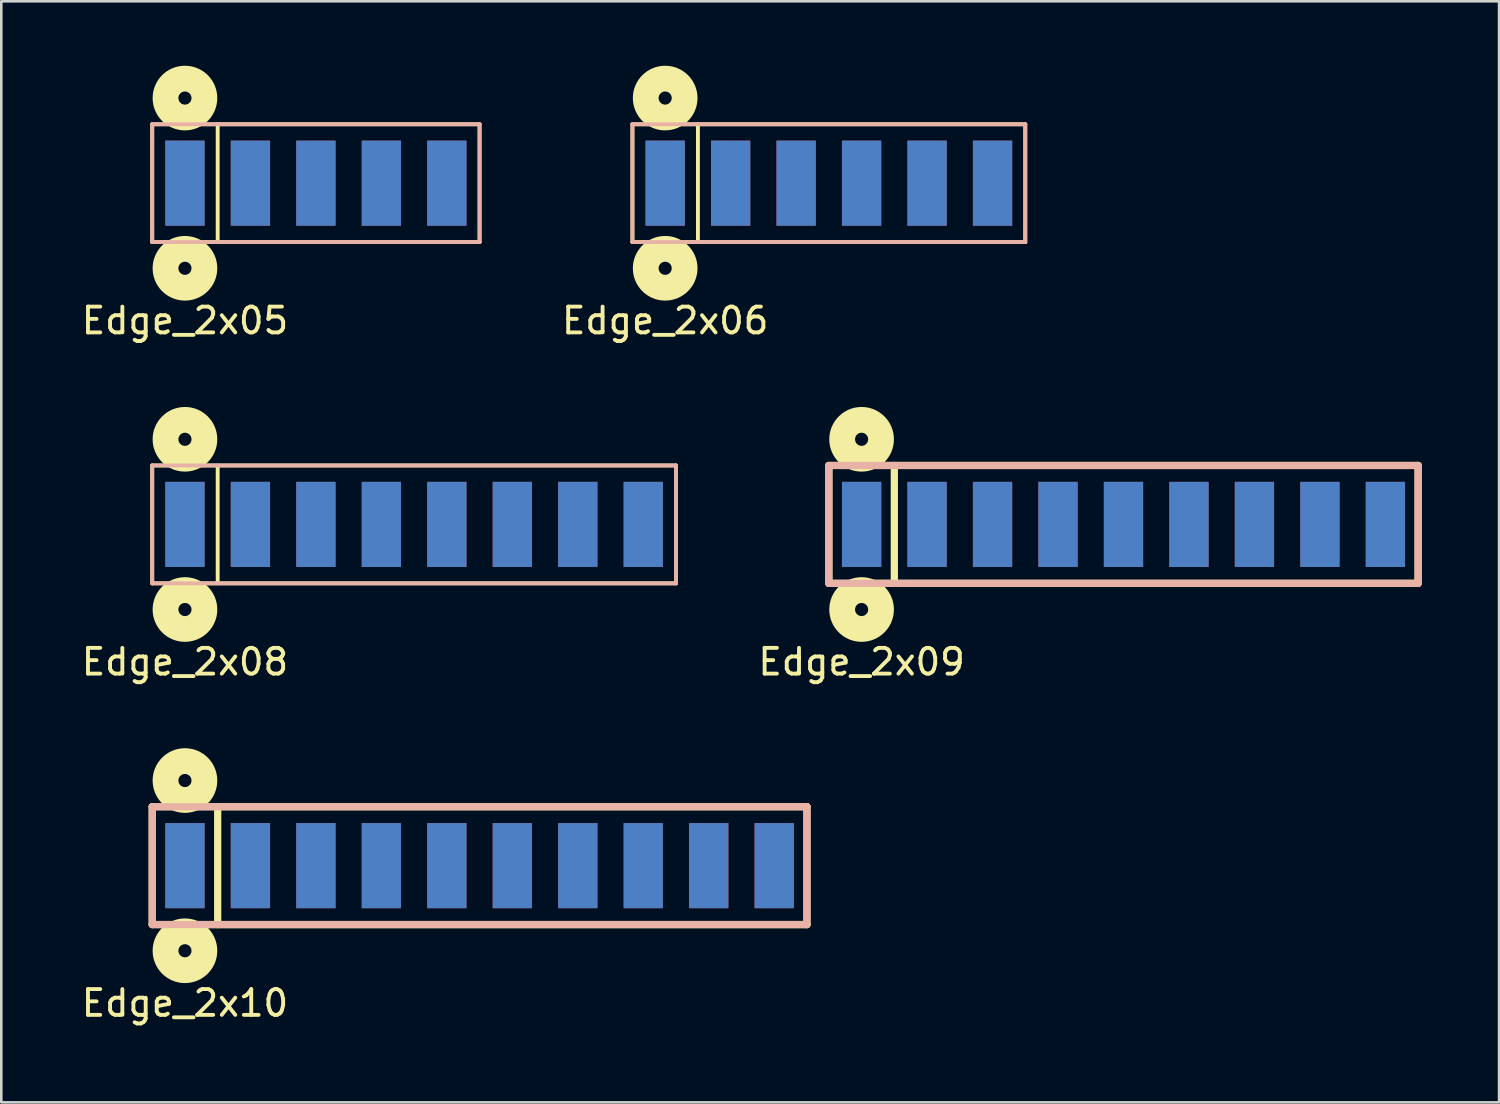
<source format=kicad_pcb>
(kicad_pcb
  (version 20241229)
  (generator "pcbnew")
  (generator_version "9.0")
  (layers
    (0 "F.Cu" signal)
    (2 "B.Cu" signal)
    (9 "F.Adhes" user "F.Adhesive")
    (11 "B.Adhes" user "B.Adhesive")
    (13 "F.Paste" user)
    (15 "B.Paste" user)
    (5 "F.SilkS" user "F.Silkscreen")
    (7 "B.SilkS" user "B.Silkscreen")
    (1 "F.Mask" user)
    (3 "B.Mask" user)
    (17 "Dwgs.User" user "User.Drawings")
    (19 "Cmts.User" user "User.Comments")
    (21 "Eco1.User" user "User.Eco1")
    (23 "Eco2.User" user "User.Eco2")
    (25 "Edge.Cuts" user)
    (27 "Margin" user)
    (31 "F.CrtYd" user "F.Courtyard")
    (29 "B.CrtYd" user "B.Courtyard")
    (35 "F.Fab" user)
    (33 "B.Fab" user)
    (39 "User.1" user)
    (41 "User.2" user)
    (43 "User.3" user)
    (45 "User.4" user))
  (footprint "Edge_2x05"
    (layer "F.Cu")
    (at 4.125 4.056)
    (property "Reference" "Edge_2x05" (at 0 5.334 0) (layer "F.SilkS") (effects (font (size 1 1) (thickness 0.15))))
    (attr through_hole)
    (fp_line (start -1.27 -2.286) (end -1.27 2.286) (stroke (width 0.15) (type solid)) (layer "F.SilkS"))
    (fp_line (start -1.27 2.286) (end 11.43 2.286) (stroke (width 0.15) (type solid)) (layer "F.SilkS"))
    (fp_line (start 1.27 2.286) (end 1.27 -2.286) (stroke (width 0.15) (type solid)) (layer "F.SilkS"))
    (fp_line (start 11.43 -2.286) (end -1.27 -2.286) (stroke (width 0.15) (type solid)) (layer "F.SilkS"))
    (fp_line (start 11.43 2.286) (end 11.43 -2.286) (stroke (width 0.15) (type solid)) (layer "F.SilkS"))
    (fp_circle (center 0 -3.302) (end 0.254 -3.302) (stroke (width 1) (type solid)) (fill no) (layer "F.SilkS"))
    (fp_circle (center 0 3.302) (end 0.254 3.302) (stroke (width 1) (type solid)) (fill no) (layer "F.SilkS"))
    (fp_line (start -1.27 -2.286) (end -1.27 2.286) (stroke (width 0.15) (type solid)) (layer "B.SilkS"))
    (fp_line (start -1.27 2.286) (end 11.43 2.286) (stroke (width 0.15) (type solid)) (layer "B.SilkS"))
    (fp_line (start 11.43 -2.286) (end -1.27 -2.286) (stroke (width 0.15) (type solid)) (layer "B.SilkS"))
    (fp_line (start 11.43 2.286) (end 11.43 -2.286) (stroke (width 0.15) (type solid)) (layer "B.SilkS"))
    (pad "1" smd rect (at 0 0) (size 1.524 3.302) (layers "F.Cu" "F.Mask" "F.Paste"))
    (pad "2" smd rect (at 0 0) (size 1.524 3.302) (layers "B.Cu" "B.Mask" "B.Paste"))
    (pad "3" smd rect (at 2.54 0) (size 1.524 3.302) (layers "F.Cu" "F.Mask" "F.Paste"))
    (pad "4" smd rect (at 2.54 0) (size 1.524 3.302) (layers "B.Cu" "B.Mask" "B.Paste"))
    (pad "5" smd rect (at 5.08 0) (size 1.524 3.302) (layers "F.Cu" "F.Mask" "F.Paste"))
    (pad "6" smd rect (at 5.08 0) (size 1.524 3.302) (layers "B.Cu" "B.Mask" "B.Paste"))
    (pad "7" smd rect (at 7.62 0) (size 1.524 3.302) (layers "F.Cu" "F.Mask" "F.Paste"))
    (pad "8" smd rect (at 7.62 0) (size 1.524 3.302) (layers "B.Cu" "B.Mask" "B.Paste"))
    (pad "9" smd rect (at 10.16 0) (size 1.524 3.302) (layers "F.Cu" "F.Mask" "F.Paste"))
    (pad "10" smd rect (at 10.16 0) (size 1.524 3.302) (layers "B.Cu" "B.Mask" "B.Paste")))
  (footprint "Edge_2x09"
    (layer "F.Cu")
    (at 30.375 17.294)
    (property "Reference" "Edge_2x09" (at 0 5.334 0) (layer "F.SilkS") (effects (font (size 1 1) (thickness 0.15))))
    (attr through_hole)
    (fp_line (start -1.27 -2.286) (end -1.27 2.286) (stroke (width 0.28) (type solid)) (layer "F.SilkS"))
    (fp_line (start -1.27 2.286) (end 21.59 2.286) (stroke (width 0.28) (type solid)) (layer "F.SilkS"))
    (fp_line (start 1.27 2.286) (end 1.27 -2.286) (stroke (width 0.28) (type solid)) (layer "F.SilkS"))
    (fp_line (start 21.59 -2.286) (end -1.27 -2.286) (stroke (width 0.28) (type solid)) (layer "F.SilkS"))
    (fp_line (start 21.59 2.286) (end 21.59 -2.286) (stroke (width 0.28) (type solid)) (layer "F.SilkS"))
    (fp_circle (center 0 -3.302) (end 0.254 -3.302) (stroke (width 1) (type solid)) (fill no) (layer "F.SilkS"))
    (fp_circle (center 0 3.302) (end 0.254 3.302) (stroke (width 1) (type solid)) (fill no) (layer "F.SilkS"))
    (fp_line (start -1.27 -2.286) (end -1.27 2.286) (stroke (width 0.28) (type solid)) (layer "B.SilkS"))
    (fp_line (start -1.27 2.286) (end 21.59 2.286) (stroke (width 0.28) (type solid)) (layer "B.SilkS"))
    (fp_line (start 21.59 -2.286) (end -1.27 -2.286) (stroke (width 0.28) (type solid)) (layer "B.SilkS"))
    (fp_line (start 21.59 2.286) (end 21.59 -2.286) (stroke (width 0.28) (type solid)) (layer "B.SilkS"))
    (pad "1" smd rect (at 0 0) (size 1.524 3.302) (layers "F.Cu" "F.Mask" "F.Paste"))
    (pad "2" smd rect (at 0 0) (size 1.524 3.302) (layers "B.Cu" "B.Mask" "B.Paste"))
    (pad "3" smd rect (at 2.54 0) (size 1.524 3.302) (layers "F.Cu" "F.Mask" "F.Paste"))
    (pad "4" smd rect (at 2.54 0) (size 1.524 3.302) (layers "B.Cu" "B.Mask" "B.Paste"))
    (pad "5" smd rect (at 5.08 0) (size 1.524 3.302) (layers "F.Cu" "F.Mask" "F.Paste"))
    (pad "6" smd rect (at 5.08 0) (size 1.524 3.302) (layers "B.Cu" "B.Mask" "B.Paste"))
    (pad "7" smd rect (at 7.62 0) (size 1.524 3.302) (layers "F.Cu" "F.Mask" "F.Paste"))
    (pad "8" smd rect (at 7.62 0) (size 1.524 3.302) (layers "B.Cu" "B.Mask" "B.Paste"))
    (pad "9" smd rect (at 10.16 0) (size 1.524 3.302) (layers "F.Cu" "F.Mask" "F.Paste"))
    (pad "10" smd rect (at 10.16 0) (size 1.524 3.302) (layers "B.Cu" "B.Mask" "B.Paste"))
    (pad "11" smd rect (at 12.7 0) (size 1.524 3.302) (layers "F.Cu" "F.Mask" "F.Paste"))
    (pad "12" smd rect (at 12.7 0) (size 1.524 3.302) (layers "B.Cu" "B.Mask" "B.Paste"))
    (pad "13" smd rect (at 15.24 0) (size 1.524 3.302) (layers "F.Cu" "F.Mask" "F.Paste"))
    (pad "14" smd rect (at 15.24 0) (size 1.524 3.302) (layers "B.Cu" "B.Mask" "B.Paste"))
    (pad "15" smd rect (at 17.78 0) (size 1.524 3.302) (layers "F.Cu" "F.Mask" "F.Paste"))
    (pad "16" smd rect (at 17.78 0) (size 1.524 3.302) (layers "B.Cu" "B.Mask" "B.Paste"))
    (pad "17" smd rect (at 20.32 0) (size 1.524 3.302) (layers "F.Cu" "F.Mask" "F.Paste"))
    (pad "18" smd rect (at 20.32 0) (size 1.524 3.302) (layers "B.Cu" "B.Mask" "B.Paste")))
  (footprint "Edge_2x10"
    (layer "F.Cu")
    (at 4.125 30.532)
    (property "Reference" "Edge_2x10" (at 0 5.334 0) (layer "F.SilkS") (effects (font (size 1 1) (thickness 0.15))))
    (attr through_hole)
    (fp_line (start -1.27 -2.286) (end -1.27 2.286) (stroke (width 0.28) (type solid)) (layer "F.SilkS"))
    (fp_line (start -1.27 2.286) (end 24.13 2.286) (stroke (width 0.28) (type solid)) (layer "F.SilkS"))
    (fp_line (start 1.27 2.286) (end 1.27 -2.286) (stroke (width 0.28) (type solid)) (layer "F.SilkS"))
    (fp_line (start 24.13 -2.286) (end -1.27 -2.286) (stroke (width 0.28) (type solid)) (layer "F.SilkS"))
    (fp_line (start 24.13 2.286) (end 24.13 -2.286) (stroke (width 0.28) (type solid)) (layer "F.SilkS"))
    (fp_circle (center 0 -3.302) (end 0.254 -3.302) (stroke (width 1) (type solid)) (fill no) (layer "F.SilkS"))
    (fp_circle (center 0 3.302) (end 0.254 3.302) (stroke (width 1) (type solid)) (fill no) (layer "F.SilkS"))
    (fp_line (start -1.27 -2.286) (end -1.27 2.286) (stroke (width 0.28) (type solid)) (layer "B.SilkS"))
    (fp_line (start -1.27 2.286) (end 24.13 2.286) (stroke (width 0.28) (type solid)) (layer "B.SilkS"))
    (fp_line (start 24.13 -2.286) (end -1.27 -2.286) (stroke (width 0.28) (type solid)) (layer "B.SilkS"))
    (fp_line (start 24.13 2.286) (end 24.13 -2.286) (stroke (width 0.28) (type solid)) (layer "B.SilkS"))
    (pad "1" smd rect (at 0 0) (size 1.524 3.302) (layers "F.Cu" "F.Mask" "F.Paste"))
    (pad "2" smd rect (at 0 0) (size 1.524 3.302) (layers "B.Cu" "B.Mask" "B.Paste"))
    (pad "3" smd rect (at 2.54 0) (size 1.524 3.302) (layers "F.Cu" "F.Mask" "F.Paste"))
    (pad "4" smd rect (at 2.54 0) (size 1.524 3.302) (layers "B.Cu" "B.Mask" "B.Paste"))
    (pad "5" smd rect (at 5.08 0) (size 1.524 3.302) (layers "F.Cu" "F.Mask" "F.Paste"))
    (pad "6" smd rect (at 5.08 0) (size 1.524 3.302) (layers "B.Cu" "B.Mask" "B.Paste"))
    (pad "7" smd rect (at 7.62 0) (size 1.524 3.302) (layers "F.Cu" "F.Mask" "F.Paste"))
    (pad "8" smd rect (at 7.62 0) (size 1.524 3.302) (layers "B.Cu" "B.Mask" "B.Paste"))
    (pad "9" smd rect (at 10.16 0) (size 1.524 3.302) (layers "F.Cu" "F.Mask" "F.Paste"))
    (pad "10" smd rect (at 10.16 0) (size 1.524 3.302) (layers "B.Cu" "B.Mask" "B.Paste"))
    (pad "11" smd rect (at 12.7 0) (size 1.524 3.302) (layers "F.Cu" "F.Mask" "F.Paste"))
    (pad "12" smd rect (at 12.7 0) (size 1.524 3.302) (layers "B.Cu" "B.Mask" "B.Paste"))
    (pad "13" smd rect (at 15.24 0) (size 1.524 3.302) (layers "F.Cu" "F.Mask" "F.Paste"))
    (pad "14" smd rect (at 15.24 0) (size 1.524 3.302) (layers "B.Cu" "B.Mask" "B.Paste"))
    (pad "15" smd rect (at 17.78 0) (size 1.524 3.302) (layers "F.Cu" "F.Mask" "F.Paste"))
    (pad "16" smd rect (at 17.78 0) (size 1.524 3.302) (layers "B.Cu" "B.Mask" "B.Paste"))
    (pad "17" smd rect (at 20.32 0) (size 1.524 3.302) (layers "F.Cu" "F.Mask" "F.Paste"))
    (pad "18" smd rect (at 20.32 0) (size 1.524 3.302) (layers "B.Cu" "B.Mask" "B.Paste"))
    (pad "19" smd rect (at 22.86 0) (size 1.524 3.302) (layers "F.Cu" "F.Mask" "F.Paste"))
    (pad "20" smd rect (at 22.86 0) (size 1.524 3.302) (layers "B.Cu" "B.Mask" "B.Paste")))
  (footprint "Edge_2x08"
    (layer "F.Cu")
    (at 4.125 17.294)
    (property "Reference" "Edge_2x08" (at 0 5.334 0) (layer "F.SilkS") (effects (font (size 1 1) (thickness 0.15))))
    (attr through_hole)
    (fp_line (start -1.27 -2.286) (end -1.27 2.286) (stroke (width 0.15) (type solid)) (layer "F.SilkS"))
    (fp_line (start -1.27 2.286) (end 19.05 2.286) (stroke (width 0.15) (type solid)) (layer "F.SilkS"))
    (fp_line (start 1.27 2.286) (end 1.27 -2.286) (stroke (width 0.15) (type solid)) (layer "F.SilkS"))
    (fp_line (start 19.05 -2.286) (end -1.27 -2.286) (stroke (width 0.15) (type solid)) (layer "F.SilkS"))
    (fp_line (start 19.05 2.286) (end 19.05 -2.286) (stroke (width 0.15) (type solid)) (layer "F.SilkS"))
    (fp_circle (center 0 -3.302) (end 0.254 -3.302) (stroke (width 1) (type solid)) (fill no) (layer "F.SilkS"))
    (fp_circle (center 0 3.302) (end 0.254 3.302) (stroke (width 1) (type solid)) (fill no) (layer "F.SilkS"))
    (fp_line (start -1.27 -2.286) (end -1.27 2.286) (stroke (width 0.15) (type solid)) (layer "B.SilkS"))
    (fp_line (start -1.27 2.286) (end 19.05 2.286) (stroke (width 0.15) (type solid)) (layer "B.SilkS"))
    (fp_line (start 19.05 -2.286) (end -1.27 -2.286) (stroke (width 0.15) (type solid)) (layer "B.SilkS"))
    (fp_line (start 19.05 2.286) (end 19.05 -2.286) (stroke (width 0.15) (type solid)) (layer "B.SilkS"))
    (pad "1" smd rect (at 0 0) (size 1.524 3.302) (layers "F.Cu" "F.Mask" "F.Paste"))
    (pad "2" smd rect (at 0 0) (size 1.524 3.302) (layers "B.Cu" "B.Mask" "B.Paste"))
    (pad "3" smd rect (at 2.54 0) (size 1.524 3.302) (layers "F.Cu" "F.Mask" "F.Paste"))
    (pad "4" smd rect (at 2.54 0) (size 1.524 3.302) (layers "B.Cu" "B.Mask" "B.Paste"))
    (pad "5" smd rect (at 5.08 0) (size 1.524 3.302) (layers "F.Cu" "F.Mask" "F.Paste"))
    (pad "6" smd rect (at 5.08 0) (size 1.524 3.302) (layers "B.Cu" "B.Mask" "B.Paste"))
    (pad "7" smd rect (at 7.62 0) (size 1.524 3.302) (layers "F.Cu" "F.Mask" "F.Paste"))
    (pad "8" smd rect (at 7.62 0) (size 1.524 3.302) (layers "B.Cu" "B.Mask" "B.Paste"))
    (pad "9" smd rect (at 10.16 0) (size 1.524 3.302) (layers "F.Cu" "F.Mask" "F.Paste"))
    (pad "10" smd rect (at 10.16 0) (size 1.524 3.302) (layers "B.Cu" "B.Mask" "B.Paste"))
    (pad "11" smd rect (at 12.7 0) (size 1.524 3.302) (layers "F.Cu" "F.Mask" "F.Paste"))
    (pad "12" smd rect (at 12.7 0) (size 1.524 3.302) (layers "B.Cu" "B.Mask" "B.Paste"))
    (pad "13" smd rect (at 15.24 0) (size 1.524 3.302) (layers "F.Cu" "F.Mask" "F.Paste"))
    (pad "14" smd rect (at 15.24 0) (size 1.524 3.302) (layers "B.Cu" "B.Mask" "B.Paste"))
    (pad "15" smd rect (at 17.78 0) (size 1.524 3.302) (layers "F.Cu" "F.Mask" "F.Paste"))
    (pad "16" smd rect (at 17.78 0) (size 1.524 3.302) (layers "B.Cu" "B.Mask" "B.Paste")))
  (footprint "Edge_2x06"
    (layer "F.Cu")
    (at 22.755 4.056)
    (property "Reference" "Edge_2x06" (at 0 5.334 0) (layer "F.SilkS") (effects (font (size 1 1) (thickness 0.15))))
    (attr through_hole)
    (fp_line (start -1.27 -2.286) (end -1.27 2.286) (stroke (width 0.15) (type solid)) (layer "F.SilkS"))
    (fp_line (start -1.27 2.286) (end 13.97 2.286) (stroke (width 0.15) (type solid)) (layer "F.SilkS"))
    (fp_line (start 1.27 2.286) (end 1.27 -2.286) (stroke (width 0.15) (type solid)) (layer "F.SilkS"))
    (fp_line (start 13.97 -2.286) (end -1.27 -2.286) (stroke (width 0.15) (type solid)) (layer "F.SilkS"))
    (fp_line (start 13.97 2.286) (end 13.97 -2.286) (stroke (width 0.15) (type solid)) (layer "F.SilkS"))
    (fp_circle (center 0 -3.302) (end 0.254 -3.302) (stroke (width 1) (type solid)) (fill no) (layer "F.SilkS"))
    (fp_circle (center 0 3.302) (end 0.254 3.302) (stroke (width 1) (type solid)) (fill no) (layer "F.SilkS"))
    (fp_line (start -1.27 -2.286) (end -1.27 2.286) (stroke (width 0.15) (type solid)) (layer "B.SilkS"))
    (fp_line (start -1.27 2.286) (end 13.97 2.286) (stroke (width 0.15) (type solid)) (layer "B.SilkS"))
    (fp_line (start 13.97 -2.286) (end -1.27 -2.286) (stroke (width 0.15) (type solid)) (layer "B.SilkS"))
    (fp_line (start 13.97 2.286) (end 13.97 -2.286) (stroke (width 0.15) (type solid)) (layer "B.SilkS"))
    (pad "1" smd rect (at 0 0) (size 1.524 3.302) (layers "F.Cu" "F.Mask" "F.Paste"))
    (pad "2" smd rect (at 0 0) (size 1.524 3.302) (layers "B.Cu" "B.Mask" "B.Paste"))
    (pad "3" smd rect (at 2.54 0) (size 1.524 3.302) (layers "F.Cu" "F.Mask" "F.Paste"))
    (pad "4" smd rect (at 2.54 0) (size 1.524 3.302) (layers "B.Cu" "B.Mask" "B.Paste"))
    (pad "5" smd rect (at 5.08 0) (size 1.524 3.302) (layers "F.Cu" "F.Mask" "F.Paste"))
    (pad "6" smd rect (at 5.08 0) (size 1.524 3.302) (layers "B.Cu" "B.Mask" "B.Paste"))
    (pad "7" smd rect (at 7.62 0) (size 1.524 3.302) (layers "F.Cu" "F.Mask" "F.Paste"))
    (pad "8" smd rect (at 7.62 0) (size 1.524 3.302) (layers "B.Cu" "B.Mask" "B.Paste"))
    (pad "9" smd rect (at 10.16 0) (size 1.524 3.302) (layers "F.Cu" "F.Mask" "F.Paste"))
    (pad "10" smd rect (at 10.16 0) (size 1.524 3.302) (layers "B.Cu" "B.Mask" "B.Paste"))
    (pad "11" smd rect (at 12.7 0) (size 1.524 3.302) (layers "F.Cu" "F.Mask" "F.Paste"))
    (pad "12" smd rect (at 12.7 0) (size 1.524 3.302) (layers "B.Cu" "B.Mask" "B.Paste")))
  (gr_rect
    (start -3 -3)
    (end 55.105 39.715)
    (stroke (width 0.1) (type default))
    (fill no)
    (layer "Edge.Cuts")))
</source>
